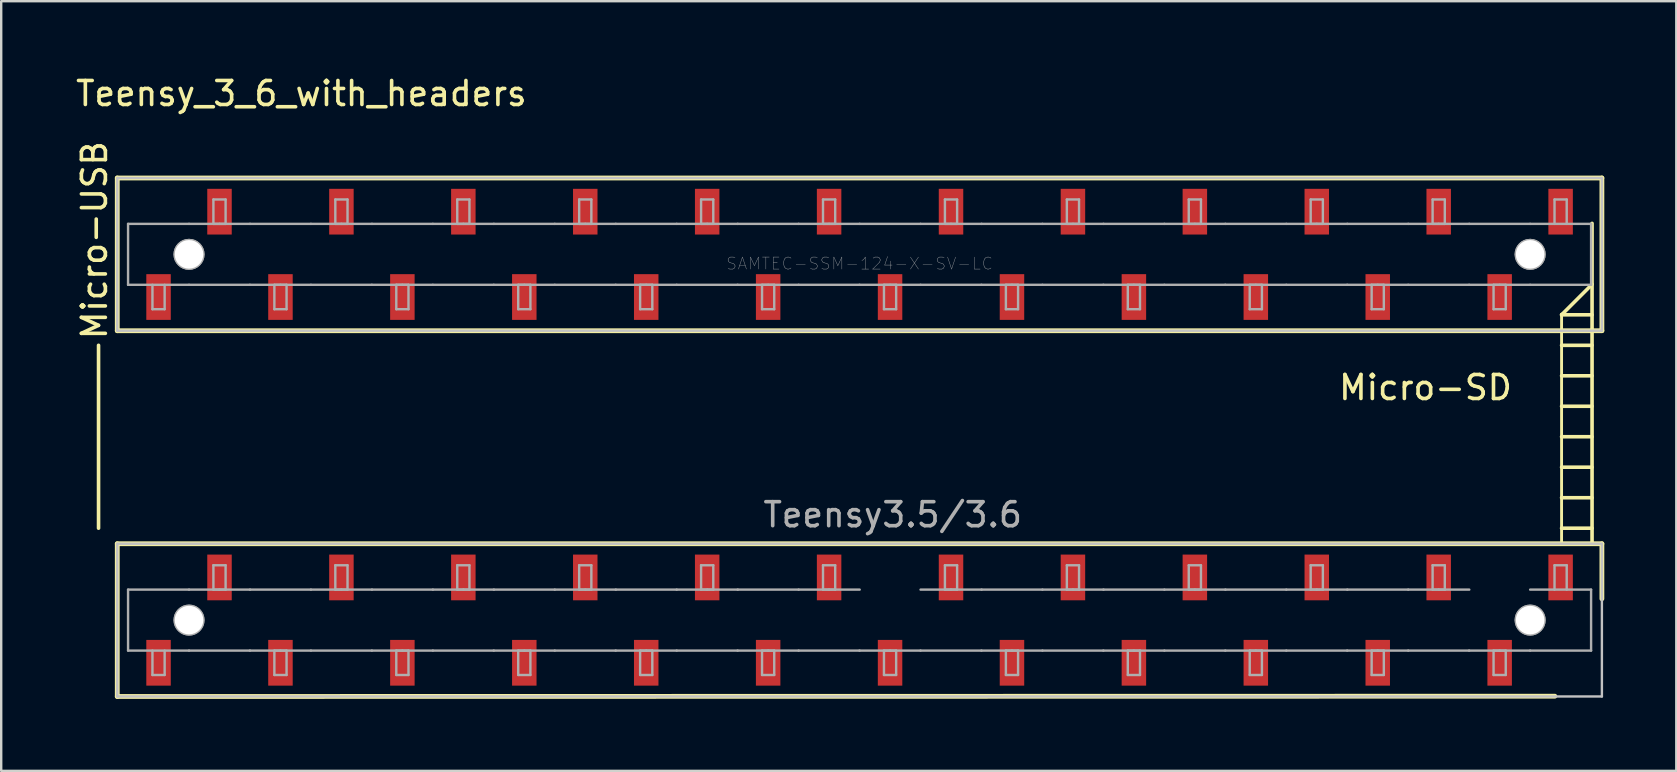
<source format=kicad_pcb>
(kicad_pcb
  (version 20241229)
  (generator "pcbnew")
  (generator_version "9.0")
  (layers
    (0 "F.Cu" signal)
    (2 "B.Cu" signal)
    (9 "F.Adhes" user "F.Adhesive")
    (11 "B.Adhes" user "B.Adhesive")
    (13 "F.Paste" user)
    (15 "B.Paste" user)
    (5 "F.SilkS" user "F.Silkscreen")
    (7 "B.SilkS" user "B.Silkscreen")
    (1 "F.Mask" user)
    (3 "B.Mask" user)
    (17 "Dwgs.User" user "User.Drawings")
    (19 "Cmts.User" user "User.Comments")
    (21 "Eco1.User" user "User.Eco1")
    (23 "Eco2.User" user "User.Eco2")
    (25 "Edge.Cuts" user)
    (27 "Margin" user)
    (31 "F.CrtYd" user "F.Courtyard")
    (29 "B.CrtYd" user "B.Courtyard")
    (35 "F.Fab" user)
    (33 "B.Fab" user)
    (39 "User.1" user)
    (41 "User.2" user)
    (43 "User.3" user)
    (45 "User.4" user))
  (footprint "Teensy_3_6_with_headers"
    (layer "F.Cu")
    (at 32.766 22.788)
    (property "Reference" "Teensy_3_6_with_headers" (at -23.26 -21.94 0) (layer "F.SilkS") (effects (font (size 1 1) (thickness 0.15))))
    (attr through_hole)
    (fp_circle (center -27.94 -15.24) (end -27.294 -15.24) (stroke (width 0.1) (type solid)) (fill no) (layer "F.Mask"))
    (fp_circle (center -27.94 0) (end -27.294 0) (stroke (width 0.1) (type solid)) (fill no) (layer "F.Mask"))
    (fp_circle (center 27.94 -15.24) (end 28.586 -15.24) (stroke (width 0.1) (type solid)) (fill no) (layer "F.Mask"))
    (fp_circle (center 27.94 0) (end 28.586 0) (stroke (width 0.1) (type solid)) (fill no) (layer "F.Mask"))
    (fp_poly (pts (xy -29.771 -14.465) (xy -28.649 -14.465) (xy -28.649 -12.458) (xy -29.771 -12.458)) (stroke (width 0.01) (type solid)) (fill yes) (layer "F.Mask"))
    (fp_poly (pts (xy -29.771 0.775) (xy -28.649 0.775) (xy -28.649 2.782) (xy -29.771 2.782)) (stroke (width 0.01) (type solid)) (fill yes) (layer "F.Mask"))
    (fp_poly (pts (xy -27.231 -18.021) (xy -26.109 -18.021) (xy -26.109 -16.014) (xy -27.231 -16.014)) (stroke (width 0.01) (type solid)) (fill yes) (layer "F.Mask"))
    (fp_poly (pts (xy -27.231 -2.781) (xy -26.109 -2.781) (xy -26.109 -0.774) (xy -27.231 -0.774)) (stroke (width 0.01) (type solid)) (fill yes) (layer "F.Mask"))
    (fp_poly (pts (xy -24.691 -14.465) (xy -23.569 -14.465) (xy -23.569 -12.458) (xy -24.691 -12.458)) (stroke (width 0.01) (type solid)) (fill yes) (layer "F.Mask"))
    (fp_poly (pts (xy -24.691 0.775) (xy -23.569 0.775) (xy -23.569 2.782) (xy -24.691 2.782)) (stroke (width 0.01) (type solid)) (fill yes) (layer "F.Mask"))
    (fp_poly (pts (xy -22.151 -18.021) (xy -21.029 -18.021) (xy -21.029 -16.014) (xy -22.151 -16.014)) (stroke (width 0.01) (type solid)) (fill yes) (layer "F.Mask"))
    (fp_poly (pts (xy -22.151 -2.781) (xy -21.029 -2.781) (xy -21.029 -0.774) (xy -22.151 -0.774)) (stroke (width 0.01) (type solid)) (fill yes) (layer "F.Mask"))
    (fp_poly (pts (xy -19.611 -14.465) (xy -18.489 -14.465) (xy -18.489 -12.458) (xy -19.611 -12.458)) (stroke (width 0.01) (type solid)) (fill yes) (layer "F.Mask"))
    (fp_poly (pts (xy -19.611 0.775) (xy -18.489 0.775) (xy -18.489 2.782) (xy -19.611 2.782)) (stroke (width 0.01) (type solid)) (fill yes) (layer "F.Mask"))
    (fp_poly (pts (xy -17.071 -18.021) (xy -15.949 -18.021) (xy -15.949 -16.014) (xy -17.071 -16.014)) (stroke (width 0.01) (type solid)) (fill yes) (layer "F.Mask"))
    (fp_poly (pts (xy -17.071 -2.781) (xy -15.949 -2.781) (xy -15.949 -0.774) (xy -17.071 -0.774)) (stroke (width 0.01) (type solid)) (fill yes) (layer "F.Mask"))
    (fp_poly (pts (xy -14.531 -14.465) (xy -13.409 -14.465) (xy -13.409 -12.458) (xy -14.531 -12.458)) (stroke (width 0.01) (type solid)) (fill yes) (layer "F.Mask"))
    (fp_poly (pts (xy -14.531 0.775) (xy -13.409 0.775) (xy -13.409 2.782) (xy -14.531 2.782)) (stroke (width 0.01) (type solid)) (fill yes) (layer "F.Mask"))
    (fp_poly (pts (xy -11.991 -18.021) (xy -10.869 -18.021) (xy -10.869 -16.014) (xy -11.991 -16.014)) (stroke (width 0.01) (type solid)) (fill yes) (layer "F.Mask"))
    (fp_poly (pts (xy -11.991 -2.781) (xy -10.869 -2.781) (xy -10.869 -0.774) (xy -11.991 -0.774)) (stroke (width 0.01) (type solid)) (fill yes) (layer "F.Mask"))
    (fp_poly (pts (xy -9.451 -14.465) (xy -8.329 -14.465) (xy -8.329 -12.458) (xy -9.451 -12.458)) (stroke (width 0.01) (type solid)) (fill yes) (layer "F.Mask"))
    (fp_poly (pts (xy -9.451 0.775) (xy -8.329 0.775) (xy -8.329 2.782) (xy -9.451 2.782)) (stroke (width 0.01) (type solid)) (fill yes) (layer "F.Mask"))
    (fp_poly (pts (xy -6.911 -18.021) (xy -5.789 -18.021) (xy -5.789 -16.014) (xy -6.911 -16.014)) (stroke (width 0.01) (type solid)) (fill yes) (layer "F.Mask"))
    (fp_poly (pts (xy -6.911 -2.781) (xy -5.789 -2.781) (xy -5.789 -0.774) (xy -6.911 -0.774)) (stroke (width 0.01) (type solid)) (fill yes) (layer "F.Mask"))
    (fp_poly (pts (xy -4.371 -14.465) (xy -3.249 -14.465) (xy -3.249 -12.458) (xy -4.371 -12.458)) (stroke (width 0.01) (type solid)) (fill yes) (layer "F.Mask"))
    (fp_poly (pts (xy -4.371 0.775) (xy -3.249 0.775) (xy -3.249 2.782) (xy -4.371 2.782)) (stroke (width 0.01) (type solid)) (fill yes) (layer "F.Mask"))
    (fp_poly (pts (xy -1.831 -18.021) (xy -0.709 -18.021) (xy -0.709 -16.014) (xy -1.831 -16.014)) (stroke (width 0.01) (type solid)) (fill yes) (layer "F.Mask"))
    (fp_poly (pts (xy -1.831 -2.781) (xy -0.709 -2.781) (xy -0.709 -0.774) (xy -1.831 -0.774)) (stroke (width 0.01) (type solid)) (fill yes) (layer "F.Mask"))
    (fp_poly (pts (xy 0.709 -14.465) (xy 1.831 -14.465) (xy 1.831 -12.458) (xy 0.709 -12.458)) (stroke (width 0.01) (type solid)) (fill yes) (layer "F.Mask"))
    (fp_poly (pts (xy 0.709 0.775) (xy 1.831 0.775) (xy 1.831 2.782) (xy 0.709 2.782)) (stroke (width 0.01) (type solid)) (fill yes) (layer "F.Mask"))
    (fp_poly (pts (xy 3.249 -18.021) (xy 4.371 -18.021) (xy 4.371 -16.014) (xy 3.249 -16.014)) (stroke (width 0.01) (type solid)) (fill yes) (layer "F.Mask"))
    (fp_poly (pts (xy 3.249 -2.781) (xy 4.371 -2.781) (xy 4.371 -0.774) (xy 3.249 -0.774)) (stroke (width 0.01) (type solid)) (fill yes) (layer "F.Mask"))
    (fp_poly (pts (xy 5.789 -14.465) (xy 6.911 -14.465) (xy 6.911 -12.458) (xy 5.789 -12.458)) (stroke (width 0.01) (type solid)) (fill yes) (layer "F.Mask"))
    (fp_poly (pts (xy 5.789 0.775) (xy 6.911 0.775) (xy 6.911 2.782) (xy 5.789 2.782)) (stroke (width 0.01) (type solid)) (fill yes) (layer "F.Mask"))
    (fp_poly (pts (xy 8.329 -18.021) (xy 9.451 -18.021) (xy 9.451 -16.014) (xy 8.329 -16.014)) (stroke (width 0.01) (type solid)) (fill yes) (layer "F.Mask"))
    (fp_poly (pts (xy 8.329 -2.781) (xy 9.451 -2.781) (xy 9.451 -0.774) (xy 8.329 -0.774)) (stroke (width 0.01) (type solid)) (fill yes) (layer "F.Mask"))
    (fp_poly (pts (xy 10.869 -14.465) (xy 11.991 -14.465) (xy 11.991 -12.458) (xy 10.869 -12.458)) (stroke (width 0.01) (type solid)) (fill yes) (layer "F.Mask"))
    (fp_poly (pts (xy 10.869 0.775) (xy 11.991 0.775) (xy 11.991 2.782) (xy 10.869 2.782)) (stroke (width 0.01) (type solid)) (fill yes) (layer "F.Mask"))
    (fp_poly (pts (xy 13.409 -18.021) (xy 14.531 -18.021) (xy 14.531 -16.014) (xy 13.409 -16.014)) (stroke (width 0.01) (type solid)) (fill yes) (layer "F.Mask"))
    (fp_poly (pts (xy 13.409 -2.781) (xy 14.531 -2.781) (xy 14.531 -0.774) (xy 13.409 -0.774)) (stroke (width 0.01) (type solid)) (fill yes) (layer "F.Mask"))
    (fp_poly (pts (xy 15.949 -14.465) (xy 17.071 -14.465) (xy 17.071 -12.458) (xy 15.949 -12.458)) (stroke (width 0.01) (type solid)) (fill yes) (layer "F.Mask"))
    (fp_poly (pts (xy 15.949 0.775) (xy 17.071 0.775) (xy 17.071 2.782) (xy 15.949 2.782)) (stroke (width 0.01) (type solid)) (fill yes) (layer "F.Mask"))
    (fp_poly (pts (xy 18.489 -18.021) (xy 19.611 -18.021) (xy 19.611 -16.014) (xy 18.489 -16.014)) (stroke (width 0.01) (type solid)) (fill yes) (layer "F.Mask"))
    (fp_poly (pts (xy 18.489 -2.781) (xy 19.611 -2.781) (xy 19.611 -0.774) (xy 18.489 -0.774)) (stroke (width 0.01) (type solid)) (fill yes) (layer "F.Mask"))
    (fp_poly (pts (xy 21.029 -14.465) (xy 22.151 -14.465) (xy 22.151 -12.458) (xy 21.029 -12.458)) (stroke (width 0.01) (type solid)) (fill yes) (layer "F.Mask"))
    (fp_poly (pts (xy 21.029 0.775) (xy 22.151 0.775) (xy 22.151 2.782) (xy 21.029 2.782)) (stroke (width 0.01) (type solid)) (fill yes) (layer "F.Mask"))
    (fp_poly (pts (xy 23.569 -18.021) (xy 24.691 -18.021) (xy 24.691 -16.014) (xy 23.569 -16.014)) (stroke (width 0.01) (type solid)) (fill yes) (layer "F.Mask"))
    (fp_poly (pts (xy 23.569 -2.781) (xy 24.691 -2.781) (xy 24.691 -0.774) (xy 23.569 -0.774)) (stroke (width 0.01) (type solid)) (fill yes) (layer "F.Mask"))
    (fp_poly (pts (xy 26.109 -14.465) (xy 27.231 -14.465) (xy 27.231 -12.458) (xy 26.109 -12.458)) (stroke (width 0.01) (type solid)) (fill yes) (layer "F.Mask"))
    (fp_poly (pts (xy 26.109 0.775) (xy 27.231 0.775) (xy 27.231 2.782) (xy 26.109 2.782)) (stroke (width 0.01) (type solid)) (fill yes) (layer "F.Mask"))
    (fp_poly (pts (xy 28.649 -18.021) (xy 29.771 -18.021) (xy 29.771 -16.014) (xy 28.649 -16.014)) (stroke (width 0.01) (type solid)) (fill yes) (layer "F.Mask"))
    (fp_poly (pts (xy 28.649 -2.781) (xy 29.771 -2.781) (xy 29.771 -0.774) (xy 28.649 -0.774)) (stroke (width 0.01) (type solid)) (fill yes) (layer "F.Mask"))
    (fp_circle (center -27.94 -15.24) (end -27.294 -15.24) (stroke (width 0.1) (type solid)) (fill no) (layer "B.Mask"))
    (fp_circle (center -27.94 0) (end -27.294 0) (stroke (width 0.1) (type solid)) (fill no) (layer "B.Mask"))
    (fp_circle (center 27.94 -15.24) (end 28.586 -15.24) (stroke (width 0.1) (type solid)) (fill no) (layer "B.Mask"))
    (fp_circle (center 27.94 0) (end 28.586 0) (stroke (width 0.1) (type solid)) (fill no) (layer "B.Mask"))
    (fp_line (start -31.71 -3.83) (end -31.71 -11.45) (stroke (width 0.15) (type solid)) (layer "F.SilkS"))
    (fp_line (start -30.93 -18.422) (end -30.93 -12.058) (stroke (width 0.2) (type solid)) (layer "F.SilkS"))
    (fp_line (start -30.93 -12.058) (end 30.93 -12.058) (stroke (width 0.2) (type solid)) (layer "F.SilkS"))
    (fp_line (start -30.93 -3.182) (end -30.93 3.182) (stroke (width 0.2) (type solid)) (layer "F.SilkS"))
    (fp_line (start -30.93 3.182) (end 28.97 3.17) (stroke (width 0.2) (type solid)) (layer "F.SilkS"))
    (fp_line (start 29.25 -12.75) (end 29.25 -3.18) (stroke (width 0.12) (type solid)) (layer "F.SilkS"))
    (fp_line (start 29.25 -12.72) (end 30.52 -13.99) (stroke (width 0.15) (type solid)) (layer "F.SilkS"))
    (fp_line (start 29.25 -12.72) (end 30.52 -12.72) (stroke (width 0.15) (type solid)) (layer "F.SilkS"))
    (fp_line (start 29.25 -11.45) (end 30.52 -11.45) (stroke (width 0.15) (type solid)) (layer "F.SilkS"))
    (fp_line (start 29.25 -10.18) (end 30.52 -10.18) (stroke (width 0.15) (type solid)) (layer "F.SilkS"))
    (fp_line (start 29.25 -8.91) (end 30.52 -8.91) (stroke (width 0.15) (type solid)) (layer "F.SilkS"))
    (fp_line (start 29.25 -7.64) (end 30.52 -7.64) (stroke (width 0.15) (type solid)) (layer "F.SilkS"))
    (fp_line (start 29.25 -6.37) (end 30.52 -6.37) (stroke (width 0.15) (type solid)) (layer "F.SilkS"))
    (fp_line (start 29.25 -5.1) (end 30.52 -5.1) (stroke (width 0.15) (type solid)) (layer "F.SilkS"))
    (fp_line (start 29.25 -3.83) (end 30.52 -3.83) (stroke (width 0.15) (type solid)) (layer "F.SilkS"))
    (fp_line (start 30.52 -16.53) (end 30.52 -3.21) (stroke (width 0.15) (type solid)) (layer "F.SilkS"))
    (fp_line (start 30.93 -18.422) (end -30.93 -18.422) (stroke (width 0.2) (type solid)) (layer "F.SilkS"))
    (fp_line (start 30.93 -12.058) (end 30.93 -18.422) (stroke (width 0.2) (type solid)) (layer "F.SilkS"))
    (fp_line (start 30.93 -3.182) (end -30.93 -3.182) (stroke (width 0.2) (type solid)) (layer "F.SilkS"))
    (fp_line (start 30.93 -0.89) (end 30.93 -3.182) (stroke (width 0.2) (type solid)) (layer "F.SilkS"))
    (fp_poly (pts (xy -29.72 -14.414) (xy -28.7 -14.414) (xy -28.7 -12.509) (xy -29.72 -12.509)) (stroke (width 0.01) (type solid)) (fill yes) (layer "F.Paste"))
    (fp_poly (pts (xy -29.72 0.826) (xy -28.7 0.826) (xy -28.7 2.731) (xy -29.72 2.731)) (stroke (width 0.01) (type solid)) (fill yes) (layer "F.Paste"))
    (fp_poly (pts (xy -27.18 -17.97) (xy -26.16 -17.97) (xy -26.16 -16.065) (xy -27.18 -16.065)) (stroke (width 0.01) (type solid)) (fill yes) (layer "F.Paste"))
    (fp_poly (pts (xy -27.18 -2.73) (xy -26.16 -2.73) (xy -26.16 -0.825) (xy -27.18 -0.825)) (stroke (width 0.01) (type solid)) (fill yes) (layer "F.Paste"))
    (fp_poly (pts (xy -24.64 -14.414) (xy -23.62 -14.414) (xy -23.62 -12.509) (xy -24.64 -12.509)) (stroke (width 0.01) (type solid)) (fill yes) (layer "F.Paste"))
    (fp_poly (pts (xy -24.64 0.826) (xy -23.62 0.826) (xy -23.62 2.731) (xy -24.64 2.731)) (stroke (width 0.01) (type solid)) (fill yes) (layer "F.Paste"))
    (fp_poly (pts (xy -22.1 -17.97) (xy -21.08 -17.97) (xy -21.08 -16.065) (xy -22.1 -16.065)) (stroke (width 0.01) (type solid)) (fill yes) (layer "F.Paste"))
    (fp_poly (pts (xy -22.1 -2.73) (xy -21.08 -2.73) (xy -21.08 -0.825) (xy -22.1 -0.825)) (stroke (width 0.01) (type solid)) (fill yes) (layer "F.Paste"))
    (fp_poly (pts (xy -19.56 -14.414) (xy -18.54 -14.414) (xy -18.54 -12.509) (xy -19.56 -12.509)) (stroke (width 0.01) (type solid)) (fill yes) (layer "F.Paste"))
    (fp_poly (pts (xy -19.56 0.826) (xy -18.54 0.826) (xy -18.54 2.731) (xy -19.56 2.731)) (stroke (width 0.01) (type solid)) (fill yes) (layer "F.Paste"))
    (fp_poly (pts (xy -17.02 -17.97) (xy -16 -17.97) (xy -16 -16.065) (xy -17.02 -16.065)) (stroke (width 0.01) (type solid)) (fill yes) (layer "F.Paste"))
    (fp_poly (pts (xy -17.02 -2.73) (xy -16 -2.73) (xy -16 -0.825) (xy -17.02 -0.825)) (stroke (width 0.01) (type solid)) (fill yes) (layer "F.Paste"))
    (fp_poly (pts (xy -14.48 -14.414) (xy -13.46 -14.414) (xy -13.46 -12.509) (xy -14.48 -12.509)) (stroke (width 0.01) (type solid)) (fill yes) (layer "F.Paste"))
    (fp_poly (pts (xy -14.48 0.826) (xy -13.46 0.826) (xy -13.46 2.731) (xy -14.48 2.731)) (stroke (width 0.01) (type solid)) (fill yes) (layer "F.Paste"))
    (fp_poly (pts (xy -11.94 -17.97) (xy -10.92 -17.97) (xy -10.92 -16.065) (xy -11.94 -16.065)) (stroke (width 0.01) (type solid)) (fill yes) (layer "F.Paste"))
    (fp_poly (pts (xy -11.94 -2.73) (xy -10.92 -2.73) (xy -10.92 -0.825) (xy -11.94 -0.825)) (stroke (width 0.01) (type solid)) (fill yes) (layer "F.Paste"))
    (fp_poly (pts (xy -9.4 -14.414) (xy -8.38 -14.414) (xy -8.38 -12.509) (xy -9.4 -12.509)) (stroke (width 0.01) (type solid)) (fill yes) (layer "F.Paste"))
    (fp_poly (pts (xy -9.4 0.826) (xy -8.38 0.826) (xy -8.38 2.731) (xy -9.4 2.731)) (stroke (width 0.01) (type solid)) (fill yes) (layer "F.Paste"))
    (fp_poly (pts (xy -6.86 -17.97) (xy -5.84 -17.97) (xy -5.84 -16.065) (xy -6.86 -16.065)) (stroke (width 0.01) (type solid)) (fill yes) (layer "F.Paste"))
    (fp_poly (pts (xy -6.86 -2.73) (xy -5.84 -2.73) (xy -5.84 -0.825) (xy -6.86 -0.825)) (stroke (width 0.01) (type solid)) (fill yes) (layer "F.Paste"))
    (fp_poly (pts (xy -4.32 -14.414) (xy -3.3 -14.414) (xy -3.3 -12.509) (xy -4.32 -12.509)) (stroke (width 0.01) (type solid)) (fill yes) (layer "F.Paste"))
    (fp_poly (pts (xy -4.32 0.826) (xy -3.3 0.826) (xy -3.3 2.731) (xy -4.32 2.731)) (stroke (width 0.01) (type solid)) (fill yes) (layer "F.Paste"))
    (fp_poly (pts (xy -1.78 -17.97) (xy -0.76 -17.97) (xy -0.76 -16.065) (xy -1.78 -16.065)) (stroke (width 0.01) (type solid)) (fill yes) (layer "F.Paste"))
    (fp_poly (pts (xy -1.78 -2.73) (xy -0.76 -2.73) (xy -0.76 -0.825) (xy -1.78 -0.825)) (stroke (width 0.01) (type solid)) (fill yes) (layer "F.Paste"))
    (fp_poly (pts (xy 0.76 -14.414) (xy 1.78 -14.414) (xy 1.78 -12.509) (xy 0.76 -12.509)) (stroke (width 0.01) (type solid)) (fill yes) (layer "F.Paste"))
    (fp_poly (pts (xy 0.76 0.826) (xy 1.78 0.826) (xy 1.78 2.731) (xy 0.76 2.731)) (stroke (width 0.01) (type solid)) (fill yes) (layer "F.Paste"))
    (fp_poly (pts (xy 3.3 -17.97) (xy 4.32 -17.97) (xy 4.32 -16.065) (xy 3.3 -16.065)) (stroke (width 0.01) (type solid)) (fill yes) (layer "F.Paste"))
    (fp_poly (pts (xy 3.3 -2.73) (xy 4.32 -2.73) (xy 4.32 -0.825) (xy 3.3 -0.825)) (stroke (width 0.01) (type solid)) (fill yes) (layer "F.Paste"))
    (fp_poly (pts (xy 5.84 -14.414) (xy 6.86 -14.414) (xy 6.86 -12.509) (xy 5.84 -12.509)) (stroke (width 0.01) (type solid)) (fill yes) (layer "F.Paste"))
    (fp_poly (pts (xy 5.84 0.826) (xy 6.86 0.826) (xy 6.86 2.731) (xy 5.84 2.731)) (stroke (width 0.01) (type solid)) (fill yes) (layer "F.Paste"))
    (fp_poly (pts (xy 8.38 -17.97) (xy 9.4 -17.97) (xy 9.4 -16.065) (xy 8.38 -16.065)) (stroke (width 0.01) (type solid)) (fill yes) (layer "F.Paste"))
    (fp_poly (pts (xy 8.38 -2.73) (xy 9.4 -2.73) (xy 9.4 -0.825) (xy 8.38 -0.825)) (stroke (width 0.01) (type solid)) (fill yes) (layer "F.Paste"))
    (fp_poly (pts (xy 10.92 -14.414) (xy 11.94 -14.414) (xy 11.94 -12.509) (xy 10.92 -12.509)) (stroke (width 0.01) (type solid)) (fill yes) (layer "F.Paste"))
    (fp_poly (pts (xy 10.92 0.826) (xy 11.94 0.826) (xy 11.94 2.731) (xy 10.92 2.731)) (stroke (width 0.01) (type solid)) (fill yes) (layer "F.Paste"))
    (fp_poly (pts (xy 13.46 -17.97) (xy 14.48 -17.97) (xy 14.48 -16.065) (xy 13.46 -16.065)) (stroke (width 0.01) (type solid)) (fill yes) (layer "F.Paste"))
    (fp_poly (pts (xy 13.46 -2.73) (xy 14.48 -2.73) (xy 14.48 -0.825) (xy 13.46 -0.825)) (stroke (width 0.01) (type solid)) (fill yes) (layer "F.Paste"))
    (fp_poly (pts (xy 16 -14.414) (xy 17.02 -14.414) (xy 17.02 -12.509) (xy 16 -12.509)) (stroke (width 0.01) (type solid)) (fill yes) (layer "F.Paste"))
    (fp_poly (pts (xy 16 0.826) (xy 17.02 0.826) (xy 17.02 2.731) (xy 16 2.731)) (stroke (width 0.01) (type solid)) (fill yes) (layer "F.Paste"))
    (fp_poly (pts (xy 18.54 -17.97) (xy 19.56 -17.97) (xy 19.56 -16.065) (xy 18.54 -16.065)) (stroke (width 0.01) (type solid)) (fill yes) (layer "F.Paste"))
    (fp_poly (pts (xy 18.54 -2.73) (xy 19.56 -2.73) (xy 19.56 -0.825) (xy 18.54 -0.825)) (stroke (width 0.01) (type solid)) (fill yes) (layer "F.Paste"))
    (fp_poly (pts (xy 21.08 -14.414) (xy 22.1 -14.414) (xy 22.1 -12.509) (xy 21.08 -12.509)) (stroke (width 0.01) (type solid)) (fill yes) (layer "F.Paste"))
    (fp_poly (pts (xy 21.08 0.826) (xy 22.1 0.826) (xy 22.1 2.731) (xy 21.08 2.731)) (stroke (width 0.01) (type solid)) (fill yes) (layer "F.Paste"))
    (fp_poly (pts (xy 23.62 -17.97) (xy 24.64 -17.97) (xy 24.64 -16.065) (xy 23.62 -16.065)) (stroke (width 0.01) (type solid)) (fill yes) (layer "F.Paste"))
    (fp_poly (pts (xy 23.62 -2.73) (xy 24.64 -2.73) (xy 24.64 -0.825) (xy 23.62 -0.825)) (stroke (width 0.01) (type solid)) (fill yes) (layer "F.Paste"))
    (fp_poly (pts (xy 26.16 -14.414) (xy 27.18 -14.414) (xy 27.18 -12.509) (xy 26.16 -12.509)) (stroke (width 0.01) (type solid)) (fill yes) (layer "F.Paste"))
    (fp_poly (pts (xy 26.16 0.826) (xy 27.18 0.826) (xy 27.18 2.731) (xy 26.16 2.731)) (stroke (width 0.01) (type solid)) (fill yes) (layer "F.Paste"))
    (fp_poly (pts (xy 28.7 -17.97) (xy 29.72 -17.97) (xy 29.72 -16.065) (xy 28.7 -16.065)) (stroke (width 0.01) (type solid)) (fill yes) (layer "F.Paste"))
    (fp_poly (pts (xy 28.7 -2.73) (xy 29.72 -2.73) (xy 29.72 -0.825) (xy 28.7 -0.825)) (stroke (width 0.01) (type solid)) (fill yes) (layer "F.Paste"))
    (fp_line (start -30.93 -18.422) (end -30.93 -12.058) (stroke (width 0.1) (type solid)) (layer "Dwgs.User"))
    (fp_line (start -30.93 -12.058) (end 30.93 -12.058) (stroke (width 0.1) (type solid)) (layer "Dwgs.User"))
    (fp_line (start -30.93 -3.182) (end -30.93 3.182) (stroke (width 0.1) (type solid)) (layer "Dwgs.User"))
    (fp_line (start -30.93 3.182) (end 30.93 3.182) (stroke (width 0.1) (type solid)) (layer "Dwgs.User"))
    (fp_line (start 30.93 -18.422) (end -30.93 -18.422) (stroke (width 0.1) (type solid)) (layer "Dwgs.User"))
    (fp_line (start 30.93 -12.058) (end 30.93 -18.422) (stroke (width 0.1) (type solid)) (layer "Dwgs.User"))
    (fp_line (start 30.93 -3.182) (end -30.93 -3.182) (stroke (width 0.1) (type solid)) (layer "Dwgs.User"))
    (fp_line (start 30.93 3.182) (end 30.93 -3.182) (stroke (width 0.1) (type solid)) (layer "Dwgs.User"))
    (fp_line (start -30.48 -16.51) (end -27.94 -16.51) (stroke (width 0.1) (type solid)) (layer "F.Fab"))
    (fp_line (start -30.48 -13.97) (end -30.48 -16.51) (stroke (width 0.1) (type solid)) (layer "F.Fab"))
    (fp_line (start -30.48 -1.27) (end -27.94 -1.27) (stroke (width 0.1) (type solid)) (layer "F.Fab"))
    (fp_line (start -30.48 1.27) (end -30.48 -1.27) (stroke (width 0.1) (type solid)) (layer "F.Fab"))
    (fp_line (start -29.464 -13.97) (end -29.464 -12.954) (stroke (width 0.1) (type solid)) (layer "F.Fab"))
    (fp_line (start -29.464 -12.954) (end -28.956 -12.954) (stroke (width 0.1) (type solid)) (layer "F.Fab"))
    (fp_line (start -29.464 1.27) (end -29.464 2.286) (stroke (width 0.1) (type solid)) (layer "F.Fab"))
    (fp_line (start -29.464 2.286) (end -28.956 2.286) (stroke (width 0.1) (type solid)) (layer "F.Fab"))
    (fp_line (start -28.956 -12.954) (end -28.956 -13.97) (stroke (width 0.1) (type solid)) (layer "F.Fab"))
    (fp_line (start -28.956 2.286) (end -28.956 1.27) (stroke (width 0.1) (type solid)) (layer "F.Fab"))
    (fp_line (start -27.94 -16.51) (end -25.395 -16.51) (stroke (width 0.1) (type solid)) (layer "F.Fab"))
    (fp_line (start -27.94 -13.97) (end -30.48 -13.97) (stroke (width 0.1) (type solid)) (layer "F.Fab"))
    (fp_line (start -27.94 -13.97) (end -25.4 -13.97) (stroke (width 0.1) (type solid)) (layer "F.Fab"))
    (fp_line (start -27.94 -1.27) (end -25.395 -1.27) (stroke (width 0.1) (type solid)) (layer "F.Fab"))
    (fp_line (start -27.94 1.27) (end -30.48 1.27) (stroke (width 0.1) (type solid)) (layer "F.Fab"))
    (fp_line (start -27.94 1.27) (end -25.4 1.27) (stroke (width 0.1) (type solid)) (layer "F.Fab"))
    (fp_line (start -26.924 -17.526) (end -26.924 -16.51) (stroke (width 0.1) (type solid)) (layer "F.Fab"))
    (fp_line (start -26.924 -16.51) (end -26.67 -16.51) (stroke (width 0.1) (type solid)) (layer "F.Fab"))
    (fp_line (start -26.924 -2.286) (end -26.924 -1.27) (stroke (width 0.1) (type solid)) (layer "F.Fab"))
    (fp_line (start -26.924 -1.27) (end -26.67 -1.27) (stroke (width 0.1) (type solid)) (layer "F.Fab"))
    (fp_line (start -26.67 -16.51) (end -26.416 -16.51) (stroke (width 0.1) (type solid)) (layer "F.Fab"))
    (fp_line (start -26.67 -1.27) (end -26.416 -1.27) (stroke (width 0.1) (type solid)) (layer "F.Fab"))
    (fp_line (start -26.416 -17.526) (end -26.924 -17.526) (stroke (width 0.1) (type solid)) (layer "F.Fab"))
    (fp_line (start -26.416 -16.51) (end -26.416 -17.526) (stroke (width 0.1) (type solid)) (layer "F.Fab"))
    (fp_line (start -26.416 -2.286) (end -26.924 -2.286) (stroke (width 0.1) (type solid)) (layer "F.Fab"))
    (fp_line (start -26.416 -1.27) (end -26.416 -2.286) (stroke (width 0.1) (type solid)) (layer "F.Fab"))
    (fp_line (start -24.384 -13.97) (end -24.384 -12.954) (stroke (width 0.1) (type solid)) (layer "F.Fab"))
    (fp_line (start -24.384 -12.954) (end -23.876 -12.954) (stroke (width 0.1) (type solid)) (layer "F.Fab"))
    (fp_line (start -24.384 1.27) (end -24.384 2.286) (stroke (width 0.1) (type solid)) (layer "F.Fab"))
    (fp_line (start -24.384 2.286) (end -23.876 2.286) (stroke (width 0.1) (type solid)) (layer "F.Fab"))
    (fp_line (start -24.13 -13.97) (end -24.384 -13.97) (stroke (width 0.1) (type solid)) (layer "F.Fab"))
    (fp_line (start -24.13 1.27) (end -24.384 1.27) (stroke (width 0.1) (type solid)) (layer "F.Fab"))
    (fp_line (start -23.876 -13.97) (end -24.13 -13.97) (stroke (width 0.1) (type solid)) (layer "F.Fab"))
    (fp_line (start -23.876 -12.954) (end -23.876 -13.97) (stroke (width 0.1) (type solid)) (layer "F.Fab"))
    (fp_line (start -23.876 1.27) (end -24.13 1.27) (stroke (width 0.1) (type solid)) (layer "F.Fab"))
    (fp_line (start -23.876 2.286) (end -23.876 1.27) (stroke (width 0.1) (type solid)) (layer "F.Fab"))
    (fp_line (start -22.86 -16.51) (end -25.4 -16.51) (stroke (width 0.1) (type solid)) (layer "F.Fab"))
    (fp_line (start -22.86 -16.51) (end -20.315 -16.51) (stroke (width 0.1) (type solid)) (layer "F.Fab"))
    (fp_line (start -22.86 -13.97) (end -25.405 -13.97) (stroke (width 0.1) (type solid)) (layer "F.Fab"))
    (fp_line (start -22.86 -13.97) (end -20.32 -13.97) (stroke (width 0.1) (type solid)) (layer "F.Fab"))
    (fp_line (start -22.86 -1.27) (end -25.4 -1.27) (stroke (width 0.1) (type solid)) (layer "F.Fab"))
    (fp_line (start -22.86 -1.27) (end -20.315 -1.27) (stroke (width 0.1) (type solid)) (layer "F.Fab"))
    (fp_line (start -22.86 1.27) (end -25.405 1.27) (stroke (width 0.1) (type solid)) (layer "F.Fab"))
    (fp_line (start -22.86 1.27) (end -20.32 1.27) (stroke (width 0.1) (type solid)) (layer "F.Fab"))
    (fp_line (start -21.844 -17.526) (end -21.844 -16.51) (stroke (width 0.1) (type solid)) (layer "F.Fab"))
    (fp_line (start -21.844 -16.51) (end -21.59 -16.51) (stroke (width 0.1) (type solid)) (layer "F.Fab"))
    (fp_line (start -21.844 -2.286) (end -21.844 -1.27) (stroke (width 0.1) (type solid)) (layer "F.Fab"))
    (fp_line (start -21.844 -1.27) (end -21.59 -1.27) (stroke (width 0.1) (type solid)) (layer "F.Fab"))
    (fp_line (start -21.59 -16.51) (end -21.336 -16.51) (stroke (width 0.1) (type solid)) (layer "F.Fab"))
    (fp_line (start -21.59 -1.27) (end -21.336 -1.27) (stroke (width 0.1) (type solid)) (layer "F.Fab"))
    (fp_line (start -21.336 -17.526) (end -21.844 -17.526) (stroke (width 0.1) (type solid)) (layer "F.Fab"))
    (fp_line (start -21.336 -16.51) (end -21.336 -17.526) (stroke (width 0.1) (type solid)) (layer "F.Fab"))
    (fp_line (start -21.336 -2.286) (end -21.844 -2.286) (stroke (width 0.1) (type solid)) (layer "F.Fab"))
    (fp_line (start -21.336 -1.27) (end -21.336 -2.286) (stroke (width 0.1) (type solid)) (layer "F.Fab"))
    (fp_line (start -19.304 -13.97) (end -19.304 -12.954) (stroke (width 0.1) (type solid)) (layer "F.Fab"))
    (fp_line (start -19.304 -12.954) (end -18.796 -12.954) (stroke (width 0.1) (type solid)) (layer "F.Fab"))
    (fp_line (start -19.304 1.27) (end -19.304 2.286) (stroke (width 0.1) (type solid)) (layer "F.Fab"))
    (fp_line (start -19.304 2.286) (end -18.796 2.286) (stroke (width 0.1) (type solid)) (layer "F.Fab"))
    (fp_line (start -19.05 -13.97) (end -19.304 -13.97) (stroke (width 0.1) (type solid)) (layer "F.Fab"))
    (fp_line (start -19.05 1.27) (end -19.304 1.27) (stroke (width 0.1) (type solid)) (layer "F.Fab"))
    (fp_line (start -18.796 -13.97) (end -19.05 -13.97) (stroke (width 0.1) (type solid)) (layer "F.Fab"))
    (fp_line (start -18.796 -12.954) (end -18.796 -13.97) (stroke (width 0.1) (type solid)) (layer "F.Fab"))
    (fp_line (start -18.796 1.27) (end -19.05 1.27) (stroke (width 0.1) (type solid)) (layer "F.Fab"))
    (fp_line (start -18.796 2.286) (end -18.796 1.27) (stroke (width 0.1) (type solid)) (layer "F.Fab"))
    (fp_line (start -17.78 -16.51) (end -20.32 -16.51) (stroke (width 0.1) (type solid)) (layer "F.Fab"))
    (fp_line (start -17.78 -16.51) (end -15.235 -16.51) (stroke (width 0.1) (type solid)) (layer "F.Fab"))
    (fp_line (start -17.78 -13.97) (end -20.325 -13.97) (stroke (width 0.1) (type solid)) (layer "F.Fab"))
    (fp_line (start -17.78 -13.97) (end -15.24 -13.97) (stroke (width 0.1) (type solid)) (layer "F.Fab"))
    (fp_line (start -17.78 -1.27) (end -20.32 -1.27) (stroke (width 0.1) (type solid)) (layer "F.Fab"))
    (fp_line (start -17.78 -1.27) (end -15.235 -1.27) (stroke (width 0.1) (type solid)) (layer "F.Fab"))
    (fp_line (start -17.78 1.27) (end -20.325 1.27) (stroke (width 0.1) (type solid)) (layer "F.Fab"))
    (fp_line (start -17.78 1.27) (end -15.24 1.27) (stroke (width 0.1) (type solid)) (layer "F.Fab"))
    (fp_line (start -16.764 -17.526) (end -16.764 -16.51) (stroke (width 0.1) (type solid)) (layer "F.Fab"))
    (fp_line (start -16.764 -16.51) (end -16.51 -16.51) (stroke (width 0.1) (type solid)) (layer "F.Fab"))
    (fp_line (start -16.764 -2.286) (end -16.764 -1.27) (stroke (width 0.1) (type solid)) (layer "F.Fab"))
    (fp_line (start -16.764 -1.27) (end -16.51 -1.27) (stroke (width 0.1) (type solid)) (layer "F.Fab"))
    (fp_line (start -16.51 -16.51) (end -16.256 -16.51) (stroke (width 0.1) (type solid)) (layer "F.Fab"))
    (fp_line (start -16.51 -1.27) (end -16.256 -1.27) (stroke (width 0.1) (type solid)) (layer "F.Fab"))
    (fp_line (start -16.256 -17.526) (end -16.764 -17.526) (stroke (width 0.1) (type solid)) (layer "F.Fab"))
    (fp_line (start -16.256 -16.51) (end -16.256 -17.526) (stroke (width 0.1) (type solid)) (layer "F.Fab"))
    (fp_line (start -16.256 -2.286) (end -16.764 -2.286) (stroke (width 0.1) (type solid)) (layer "F.Fab"))
    (fp_line (start -16.256 -1.27) (end -16.256 -2.286) (stroke (width 0.1) (type solid)) (layer "F.Fab"))
    (fp_line (start -14.224 -13.97) (end -14.224 -12.954) (stroke (width 0.1) (type solid)) (layer "F.Fab"))
    (fp_line (start -14.224 -12.954) (end -13.716 -12.954) (stroke (width 0.1) (type solid)) (layer "F.Fab"))
    (fp_line (start -14.224 1.27) (end -14.224 2.286) (stroke (width 0.1) (type solid)) (layer "F.Fab"))
    (fp_line (start -14.224 2.286) (end -13.716 2.286) (stroke (width 0.1) (type solid)) (layer "F.Fab"))
    (fp_line (start -13.97 -13.97) (end -14.224 -13.97) (stroke (width 0.1) (type solid)) (layer "F.Fab"))
    (fp_line (start -13.97 1.27) (end -14.224 1.27) (stroke (width 0.1) (type solid)) (layer "F.Fab"))
    (fp_line (start -13.716 -13.97) (end -13.97 -13.97) (stroke (width 0.1) (type solid)) (layer "F.Fab"))
    (fp_line (start -13.716 -12.954) (end -13.716 -13.97) (stroke (width 0.1) (type solid)) (layer "F.Fab"))
    (fp_line (start -13.716 1.27) (end -13.97 1.27) (stroke (width 0.1) (type solid)) (layer "F.Fab"))
    (fp_line (start -13.716 2.286) (end -13.716 1.27) (stroke (width 0.1) (type solid)) (layer "F.Fab"))
    (fp_line (start -12.7 -16.51) (end -15.24 -16.51) (stroke (width 0.1) (type solid)) (layer "F.Fab"))
    (fp_line (start -12.7 -16.51) (end -10.155 -16.51) (stroke (width 0.1) (type solid)) (layer "F.Fab"))
    (fp_line (start -12.7 -13.97) (end -15.245 -13.97) (stroke (width 0.1) (type solid)) (layer "F.Fab"))
    (fp_line (start -12.7 -13.97) (end -10.16 -13.97) (stroke (width 0.1) (type solid)) (layer "F.Fab"))
    (fp_line (start -12.7 -1.27) (end -15.24 -1.27) (stroke (width 0.1) (type solid)) (layer "F.Fab"))
    (fp_line (start -12.7 -1.27) (end -10.155 -1.27) (stroke (width 0.1) (type solid)) (layer "F.Fab"))
    (fp_line (start -12.7 1.27) (end -15.245 1.27) (stroke (width 0.1) (type solid)) (layer "F.Fab"))
    (fp_line (start -12.7 1.27) (end -10.16 1.27) (stroke (width 0.1) (type solid)) (layer "F.Fab"))
    (fp_line (start -11.684 -17.526) (end -11.684 -16.51) (stroke (width 0.1) (type solid)) (layer "F.Fab"))
    (fp_line (start -11.684 -16.51) (end -11.43 -16.51) (stroke (width 0.1) (type solid)) (layer "F.Fab"))
    (fp_line (start -11.684 -2.286) (end -11.684 -1.27) (stroke (width 0.1) (type solid)) (layer "F.Fab"))
    (fp_line (start -11.684 -1.27) (end -11.43 -1.27) (stroke (width 0.1) (type solid)) (layer "F.Fab"))
    (fp_line (start -11.43 -16.51) (end -11.176 -16.51) (stroke (width 0.1) (type solid)) (layer "F.Fab"))
    (fp_line (start -11.43 -1.27) (end -11.176 -1.27) (stroke (width 0.1) (type solid)) (layer "F.Fab"))
    (fp_line (start -11.176 -17.526) (end -11.684 -17.526) (stroke (width 0.1) (type solid)) (layer "F.Fab"))
    (fp_line (start -11.176 -16.51) (end -11.176 -17.526) (stroke (width 0.1) (type solid)) (layer "F.Fab"))
    (fp_line (start -11.176 -2.286) (end -11.684 -2.286) (stroke (width 0.1) (type solid)) (layer "F.Fab"))
    (fp_line (start -11.176 -1.27) (end -11.176 -2.286) (stroke (width 0.1) (type solid)) (layer "F.Fab"))
    (fp_line (start -9.144 -13.97) (end -9.144 -12.954) (stroke (width 0.1) (type solid)) (layer "F.Fab"))
    (fp_line (start -9.144 -12.954) (end -8.636 -12.954) (stroke (width 0.1) (type solid)) (layer "F.Fab"))
    (fp_line (start -9.144 1.27) (end -9.144 2.286) (stroke (width 0.1) (type solid)) (layer "F.Fab"))
    (fp_line (start -9.144 2.286) (end -8.636 2.286) (stroke (width 0.1) (type solid)) (layer "F.Fab"))
    (fp_line (start -8.89 -13.97) (end -9.144 -13.97) (stroke (width 0.1) (type solid)) (layer "F.Fab"))
    (fp_line (start -8.89 1.27) (end -9.144 1.27) (stroke (width 0.1) (type solid)) (layer "F.Fab"))
    (fp_line (start -8.636 -13.97) (end -8.89 -13.97) (stroke (width 0.1) (type solid)) (layer "F.Fab"))
    (fp_line (start -8.636 -12.954) (end -8.636 -13.97) (stroke (width 0.1) (type solid)) (layer "F.Fab"))
    (fp_line (start -8.636 1.27) (end -8.89 1.27) (stroke (width 0.1) (type solid)) (layer "F.Fab"))
    (fp_line (start -8.636 2.286) (end -8.636 1.27) (stroke (width 0.1) (type solid)) (layer "F.Fab"))
    (fp_line (start -7.62 -16.51) (end -10.16 -16.51) (stroke (width 0.1) (type solid)) (layer "F.Fab"))
    (fp_line (start -7.62 -16.51) (end -5.075 -16.51) (stroke (width 0.1) (type solid)) (layer "F.Fab"))
    (fp_line (start -7.62 -13.97) (end -10.165 -13.97) (stroke (width 0.1) (type solid)) (layer "F.Fab"))
    (fp_line (start -7.62 -13.97) (end -5.08 -13.97) (stroke (width 0.1) (type solid)) (layer "F.Fab"))
    (fp_line (start -7.62 -1.27) (end -10.16 -1.27) (stroke (width 0.1) (type solid)) (layer "F.Fab"))
    (fp_line (start -7.62 -1.27) (end -5.075 -1.27) (stroke (width 0.1) (type solid)) (layer "F.Fab"))
    (fp_line (start -7.62 1.27) (end -10.165 1.27) (stroke (width 0.1) (type solid)) (layer "F.Fab"))
    (fp_line (start -7.62 1.27) (end -5.08 1.27) (stroke (width 0.1) (type solid)) (layer "F.Fab"))
    (fp_line (start -6.604 -17.526) (end -6.604 -16.51) (stroke (width 0.1) (type solid)) (layer "F.Fab"))
    (fp_line (start -6.604 -16.51) (end -6.35 -16.51) (stroke (width 0.1) (type solid)) (layer "F.Fab"))
    (fp_line (start -6.604 -2.286) (end -6.604 -1.27) (stroke (width 0.1) (type solid)) (layer "F.Fab"))
    (fp_line (start -6.604 -1.27) (end -6.35 -1.27) (stroke (width 0.1) (type solid)) (layer "F.Fab"))
    (fp_line (start -6.35 -16.51) (end -6.096 -16.51) (stroke (width 0.1) (type solid)) (layer "F.Fab"))
    (fp_line (start -6.35 -1.27) (end -6.096 -1.27) (stroke (width 0.1) (type solid)) (layer "F.Fab"))
    (fp_line (start -6.096 -17.526) (end -6.604 -17.526) (stroke (width 0.1) (type solid)) (layer "F.Fab"))
    (fp_line (start -6.096 -16.51) (end -6.096 -17.526) (stroke (width 0.1) (type solid)) (layer "F.Fab"))
    (fp_line (start -6.096 -2.286) (end -6.604 -2.286) (stroke (width 0.1) (type solid)) (layer "F.Fab"))
    (fp_line (start -6.096 -1.27) (end -6.096 -2.286) (stroke (width 0.1) (type solid)) (layer "F.Fab"))
    (fp_line (start -4.064 -13.97) (end -4.064 -12.954) (stroke (width 0.1) (type solid)) (layer "F.Fab"))
    (fp_line (start -4.064 -12.954) (end -3.556 -12.954) (stroke (width 0.1) (type solid)) (layer "F.Fab"))
    (fp_line (start -4.064 1.27) (end -4.064 2.286) (stroke (width 0.1) (type solid)) (layer "F.Fab"))
    (fp_line (start -4.064 2.286) (end -3.556 2.286) (stroke (width 0.1) (type solid)) (layer "F.Fab"))
    (fp_line (start -3.81 -13.97) (end -4.064 -13.97) (stroke (width 0.1) (type solid)) (layer "F.Fab"))
    (fp_line (start -3.81 1.27) (end -4.064 1.27) (stroke (width 0.1) (type solid)) (layer "F.Fab"))
    (fp_line (start -3.556 -13.97) (end -3.81 -13.97) (stroke (width 0.1) (type solid)) (layer "F.Fab"))
    (fp_line (start -3.556 -12.954) (end -3.556 -13.97) (stroke (width 0.1) (type solid)) (layer "F.Fab"))
    (fp_line (start -3.556 1.27) (end -3.81 1.27) (stroke (width 0.1) (type solid)) (layer "F.Fab"))
    (fp_line (start -3.556 2.286) (end -3.556 1.27) (stroke (width 0.1) (type solid)) (layer "F.Fab"))
    (fp_line (start -2.54 -16.51) (end -5.08 -16.51) (stroke (width 0.1) (type solid)) (layer "F.Fab"))
    (fp_line (start -2.54 -16.51) (end 0.005 -16.51) (stroke (width 0.1) (type solid)) (layer "F.Fab"))
    (fp_line (start -2.54 -13.97) (end -5.085 -13.97) (stroke (width 0.1) (type solid)) (layer "F.Fab"))
    (fp_line (start -2.54 -13.97) (end 0 -13.97) (stroke (width 0.1) (type solid)) (layer "F.Fab"))
    (fp_line (start -2.54 -1.27) (end -5.08 -1.27) (stroke (width 0.1) (type solid)) (layer "F.Fab"))
    (fp_line (start -2.54 -1.27) (end 0.005 -1.27) (stroke (width 0.1) (type solid)) (layer "F.Fab"))
    (fp_line (start -2.54 1.27) (end -5.085 1.27) (stroke (width 0.1) (type solid)) (layer "F.Fab"))
    (fp_line (start -2.54 1.27) (end 0 1.27) (stroke (width 0.1) (type solid)) (layer "F.Fab"))
    (fp_line (start -1.524 -17.526) (end -1.524 -16.51) (stroke (width 0.1) (type solid)) (layer "F.Fab"))
    (fp_line (start -1.524 -16.51) (end -1.27 -16.51) (stroke (width 0.1) (type solid)) (layer "F.Fab"))
    (fp_line (start -1.524 -2.286) (end -1.524 -1.27) (stroke (width 0.1) (type solid)) (layer "F.Fab"))
    (fp_line (start -1.524 -1.27) (end -1.27 -1.27) (stroke (width 0.1) (type solid)) (layer "F.Fab"))
    (fp_line (start -1.27 -16.51) (end -1.016 -16.51) (stroke (width 0.1) (type solid)) (layer "F.Fab"))
    (fp_line (start -1.27 -1.27) (end -1.016 -1.27) (stroke (width 0.1) (type solid)) (layer "F.Fab"))
    (fp_line (start -1.016 -17.526) (end -1.524 -17.526) (stroke (width 0.1) (type solid)) (layer "F.Fab"))
    (fp_line (start -1.016 -16.51) (end -1.016 -17.526) (stroke (width 0.1) (type solid)) (layer "F.Fab"))
    (fp_line (start -1.016 -2.286) (end -1.524 -2.286) (stroke (width 0.1) (type solid)) (layer "F.Fab"))
    (fp_line (start -1.016 -1.27) (end -1.016 -2.286) (stroke (width 0.1) (type solid)) (layer "F.Fab"))
    (fp_line (start 1.016 -13.97) (end 1.016 -12.954) (stroke (width 0.1) (type solid)) (layer "F.Fab"))
    (fp_line (start 1.016 -12.954) (end 1.524 -12.954) (stroke (width 0.1) (type solid)) (layer "F.Fab"))
    (fp_line (start 1.016 1.27) (end 1.016 2.286) (stroke (width 0.1) (type solid)) (layer "F.Fab"))
    (fp_line (start 1.016 2.286) (end 1.524 2.286) (stroke (width 0.1) (type solid)) (layer "F.Fab"))
    (fp_line (start 1.27 -13.97) (end 1.016 -13.97) (stroke (width 0.1) (type solid)) (layer "F.Fab"))
    (fp_line (start 1.27 1.27) (end 1.016 1.27) (stroke (width 0.1) (type solid)) (layer "F.Fab"))
    (fp_line (start 1.524 -13.97) (end 1.27 -13.97) (stroke (width 0.1) (type solid)) (layer "F.Fab"))
    (fp_line (start 1.524 -12.954) (end 1.524 -13.97) (stroke (width 0.1) (type solid)) (layer "F.Fab"))
    (fp_line (start 1.524 1.27) (end 1.27 1.27) (stroke (width 0.1) (type solid)) (layer "F.Fab"))
    (fp_line (start 1.524 2.286) (end 1.524 1.27) (stroke (width 0.1) (type solid)) (layer "F.Fab"))
    (fp_line (start 2.54 -16.51) (end 0 -16.51) (stroke (width 0.1) (type solid)) (layer "F.Fab"))
    (fp_line (start 2.54 -16.51) (end 5.085 -16.51) (stroke (width 0.1) (type solid)) (layer "F.Fab"))
    (fp_line (start 2.54 -13.97) (end -0.005 -13.97) (stroke (width 0.1) (type solid)) (layer "F.Fab"))
    (fp_line (start 2.54 -13.97) (end 5.08 -13.97) (stroke (width 0.1) (type solid)) (layer "F.Fab"))
    (fp_line (start 2.54 -1.27) (end 5.085 -1.27) (stroke (width 0.1) (type solid)) (layer "F.Fab"))
    (fp_line (start 2.54 1.27) (end -0.005 1.27) (stroke (width 0.1) (type solid)) (layer "F.Fab"))
    (fp_line (start 2.54 1.27) (end 5.08 1.27) (stroke (width 0.1) (type solid)) (layer "F.Fab"))
    (fp_line (start 3.556 -17.526) (end 3.556 -16.51) (stroke (width 0.1) (type solid)) (layer "F.Fab"))
    (fp_line (start 3.556 -16.51) (end 3.81 -16.51) (stroke (width 0.1) (type solid)) (layer "F.Fab"))
    (fp_line (start 3.556 -2.286) (end 3.556 -1.27) (stroke (width 0.1) (type solid)) (layer "F.Fab"))
    (fp_line (start 3.556 -1.27) (end 3.81 -1.27) (stroke (width 0.1) (type solid)) (layer "F.Fab"))
    (fp_line (start 3.81 -16.51) (end 4.064 -16.51) (stroke (width 0.1) (type solid)) (layer "F.Fab"))
    (fp_line (start 3.81 -1.27) (end 4.064 -1.27) (stroke (width 0.1) (type solid)) (layer "F.Fab"))
    (fp_line (start 4.064 -17.526) (end 3.556 -17.526) (stroke (width 0.1) (type solid)) (layer "F.Fab"))
    (fp_line (start 4.064 -16.51) (end 4.064 -17.526) (stroke (width 0.1) (type solid)) (layer "F.Fab"))
    (fp_line (start 4.064 -2.286) (end 3.556 -2.286) (stroke (width 0.1) (type solid)) (layer "F.Fab"))
    (fp_line (start 4.064 -1.27) (end 4.064 -2.286) (stroke (width 0.1) (type solid)) (layer "F.Fab"))
    (fp_line (start 6.096 -13.97) (end 6.096 -12.954) (stroke (width 0.1) (type solid)) (layer "F.Fab"))
    (fp_line (start 6.096 -12.954) (end 6.604 -12.954) (stroke (width 0.1) (type solid)) (layer "F.Fab"))
    (fp_line (start 6.096 1.27) (end 6.096 2.286) (stroke (width 0.1) (type solid)) (layer "F.Fab"))
    (fp_line (start 6.096 2.286) (end 6.604 2.286) (stroke (width 0.1) (type solid)) (layer "F.Fab"))
    (fp_line (start 6.35 -13.97) (end 6.096 -13.97) (stroke (width 0.1) (type solid)) (layer "F.Fab"))
    (fp_line (start 6.35 1.27) (end 6.096 1.27) (stroke (width 0.1) (type solid)) (layer "F.Fab"))
    (fp_line (start 6.604 -13.97) (end 6.35 -13.97) (stroke (width 0.1) (type solid)) (layer "F.Fab"))
    (fp_line (start 6.604 -12.954) (end 6.604 -13.97) (stroke (width 0.1) (type solid)) (layer "F.Fab"))
    (fp_line (start 6.604 1.27) (end 6.35 1.27) (stroke (width 0.1) (type solid)) (layer "F.Fab"))
    (fp_line (start 6.604 2.286) (end 6.604 1.27) (stroke (width 0.1) (type solid)) (layer "F.Fab"))
    (fp_line (start 7.62 -16.51) (end 5.08 -16.51) (stroke (width 0.1) (type solid)) (layer "F.Fab"))
    (fp_line (start 7.62 -16.51) (end 10.165 -16.51) (stroke (width 0.1) (type solid)) (layer "F.Fab"))
    (fp_line (start 7.62 -13.97) (end 5.075 -13.97) (stroke (width 0.1) (type solid)) (layer "F.Fab"))
    (fp_line (start 7.62 -13.97) (end 10.16 -13.97) (stroke (width 0.1) (type solid)) (layer "F.Fab"))
    (fp_line (start 7.62 -1.27) (end 5.08 -1.27) (stroke (width 0.1) (type solid)) (layer "F.Fab"))
    (fp_line (start 7.62 -1.27) (end 10.165 -1.27) (stroke (width 0.1) (type solid)) (layer "F.Fab"))
    (fp_line (start 7.62 1.27) (end 5.075 1.27) (stroke (width 0.1) (type solid)) (layer "F.Fab"))
    (fp_line (start 7.62 1.27) (end 10.16 1.27) (stroke (width 0.1) (type solid)) (layer "F.Fab"))
    (fp_line (start 8.636 -17.526) (end 8.636 -16.51) (stroke (width 0.1) (type solid)) (layer "F.Fab"))
    (fp_line (start 8.636 -16.51) (end 8.89 -16.51) (stroke (width 0.1) (type solid)) (layer "F.Fab"))
    (fp_line (start 8.636 -2.286) (end 8.636 -1.27) (stroke (width 0.1) (type solid)) (layer "F.Fab"))
    (fp_line (start 8.636 -1.27) (end 8.89 -1.27) (stroke (width 0.1) (type solid)) (layer "F.Fab"))
    (fp_line (start 8.89 -16.51) (end 9.144 -16.51) (stroke (width 0.1) (type solid)) (layer "F.Fab"))
    (fp_line (start 8.89 -1.27) (end 9.144 -1.27) (stroke (width 0.1) (type solid)) (layer "F.Fab"))
    (fp_line (start 9.144 -17.526) (end 8.636 -17.526) (stroke (width 0.1) (type solid)) (layer "F.Fab"))
    (fp_line (start 9.144 -16.51) (end 9.144 -17.526) (stroke (width 0.1) (type solid)) (layer "F.Fab"))
    (fp_line (start 9.144 -2.286) (end 8.636 -2.286) (stroke (width 0.1) (type solid)) (layer "F.Fab"))
    (fp_line (start 9.144 -1.27) (end 9.144 -2.286) (stroke (width 0.1) (type solid)) (layer "F.Fab"))
    (fp_line (start 11.176 -13.97) (end 11.176 -12.954) (stroke (width 0.1) (type solid)) (layer "F.Fab"))
    (fp_line (start 11.176 -12.954) (end 11.684 -12.954) (stroke (width 0.1) (type solid)) (layer "F.Fab"))
    (fp_line (start 11.176 1.27) (end 11.176 2.286) (stroke (width 0.1) (type solid)) (layer "F.Fab"))
    (fp_line (start 11.176 2.286) (end 11.684 2.286) (stroke (width 0.1) (type solid)) (layer "F.Fab"))
    (fp_line (start 11.43 -13.97) (end 11.176 -13.97) (stroke (width 0.1) (type solid)) (layer "F.Fab"))
    (fp_line (start 11.43 1.27) (end 11.176 1.27) (stroke (width 0.1) (type solid)) (layer "F.Fab"))
    (fp_line (start 11.684 -13.97) (end 11.43 -13.97) (stroke (width 0.1) (type solid)) (layer "F.Fab"))
    (fp_line (start 11.684 -12.954) (end 11.684 -13.97) (stroke (width 0.1) (type solid)) (layer "F.Fab"))
    (fp_line (start 11.684 1.27) (end 11.43 1.27) (stroke (width 0.1) (type solid)) (layer "F.Fab"))
    (fp_line (start 11.684 2.286) (end 11.684 1.27) (stroke (width 0.1) (type solid)) (layer "F.Fab"))
    (fp_line (start 12.7 -16.51) (end 10.16 -16.51) (stroke (width 0.1) (type solid)) (layer "F.Fab"))
    (fp_line (start 12.7 -16.51) (end 15.245 -16.51) (stroke (width 0.1) (type solid)) (layer "F.Fab"))
    (fp_line (start 12.7 -13.97) (end 10.155 -13.97) (stroke (width 0.1) (type solid)) (layer "F.Fab"))
    (fp_line (start 12.7 -13.97) (end 15.24 -13.97) (stroke (width 0.1) (type solid)) (layer "F.Fab"))
    (fp_line (start 12.7 -1.27) (end 10.16 -1.27) (stroke (width 0.1) (type solid)) (layer "F.Fab"))
    (fp_line (start 12.7 -1.27) (end 15.245 -1.27) (stroke (width 0.1) (type solid)) (layer "F.Fab"))
    (fp_line (start 12.7 1.27) (end 10.155 1.27) (stroke (width 0.1) (type solid)) (layer "F.Fab"))
    (fp_line (start 12.7 1.27) (end 15.24 1.27) (stroke (width 0.1) (type solid)) (layer "F.Fab"))
    (fp_line (start 13.716 -17.526) (end 13.716 -16.51) (stroke (width 0.1) (type solid)) (layer "F.Fab"))
    (fp_line (start 13.716 -16.51) (end 13.97 -16.51) (stroke (width 0.1) (type solid)) (layer "F.Fab"))
    (fp_line (start 13.716 -2.286) (end 13.716 -1.27) (stroke (width 0.1) (type solid)) (layer "F.Fab"))
    (fp_line (start 13.716 -1.27) (end 13.97 -1.27) (stroke (width 0.1) (type solid)) (layer "F.Fab"))
    (fp_line (start 13.97 -16.51) (end 14.224 -16.51) (stroke (width 0.1) (type solid)) (layer "F.Fab"))
    (fp_line (start 13.97 -1.27) (end 14.224 -1.27) (stroke (width 0.1) (type solid)) (layer "F.Fab"))
    (fp_line (start 14.224 -17.526) (end 13.716 -17.526) (stroke (width 0.1) (type solid)) (layer "F.Fab"))
    (fp_line (start 14.224 -16.51) (end 14.224 -17.526) (stroke (width 0.1) (type solid)) (layer "F.Fab"))
    (fp_line (start 14.224 -2.286) (end 13.716 -2.286) (stroke (width 0.1) (type solid)) (layer "F.Fab"))
    (fp_line (start 14.224 -1.27) (end 14.224 -2.286) (stroke (width 0.1) (type solid)) (layer "F.Fab"))
    (fp_line (start 16.256 -13.97) (end 16.256 -12.954) (stroke (width 0.1) (type solid)) (layer "F.Fab"))
    (fp_line (start 16.256 -12.954) (end 16.764 -12.954) (stroke (width 0.1) (type solid)) (layer "F.Fab"))
    (fp_line (start 16.256 1.27) (end 16.256 2.286) (stroke (width 0.1) (type solid)) (layer "F.Fab"))
    (fp_line (start 16.256 2.286) (end 16.764 2.286) (stroke (width 0.1) (type solid)) (layer "F.Fab"))
    (fp_line (start 16.51 -13.97) (end 16.256 -13.97) (stroke (width 0.1) (type solid)) (layer "F.Fab"))
    (fp_line (start 16.51 1.27) (end 16.256 1.27) (stroke (width 0.1) (type solid)) (layer "F.Fab"))
    (fp_line (start 16.764 -13.97) (end 16.51 -13.97) (stroke (width 0.1) (type solid)) (layer "F.Fab"))
    (fp_line (start 16.764 -12.954) (end 16.764 -13.97) (stroke (width 0.1) (type solid)) (layer "F.Fab"))
    (fp_line (start 16.764 1.27) (end 16.51 1.27) (stroke (width 0.1) (type solid)) (layer "F.Fab"))
    (fp_line (start 16.764 2.286) (end 16.764 1.27) (stroke (width 0.1) (type solid)) (layer "F.Fab"))
    (fp_line (start 17.78 -16.51) (end 15.24 -16.51) (stroke (width 0.1) (type solid)) (layer "F.Fab"))
    (fp_line (start 17.78 -16.51) (end 20.325 -16.51) (stroke (width 0.1) (type solid)) (layer "F.Fab"))
    (fp_line (start 17.78 -13.97) (end 15.235 -13.97) (stroke (width 0.1) (type solid)) (layer "F.Fab"))
    (fp_line (start 17.78 -13.97) (end 20.32 -13.97) (stroke (width 0.1) (type solid)) (layer "F.Fab"))
    (fp_line (start 17.78 -1.27) (end 15.24 -1.27) (stroke (width 0.1) (type solid)) (layer "F.Fab"))
    (fp_line (start 17.78 -1.27) (end 20.325 -1.27) (stroke (width 0.1) (type solid)) (layer "F.Fab"))
    (fp_line (start 17.78 1.27) (end 15.235 1.27) (stroke (width 0.1) (type solid)) (layer "F.Fab"))
    (fp_line (start 17.78 1.27) (end 20.32 1.27) (stroke (width 0.1) (type solid)) (layer "F.Fab"))
    (fp_line (start 18.796 -17.526) (end 18.796 -16.51) (stroke (width 0.1) (type solid)) (layer "F.Fab"))
    (fp_line (start 18.796 -16.51) (end 19.05 -16.51) (stroke (width 0.1) (type solid)) (layer "F.Fab"))
    (fp_line (start 18.796 -2.286) (end 18.796 -1.27) (stroke (width 0.1) (type solid)) (layer "F.Fab"))
    (fp_line (start 18.796 -1.27) (end 19.05 -1.27) (stroke (width 0.1) (type solid)) (layer "F.Fab"))
    (fp_line (start 19.05 -16.51) (end 19.304 -16.51) (stroke (width 0.1) (type solid)) (layer "F.Fab"))
    (fp_line (start 19.05 -1.27) (end 19.304 -1.27) (stroke (width 0.1) (type solid)) (layer "F.Fab"))
    (fp_line (start 19.304 -17.526) (end 18.796 -17.526) (stroke (width 0.1) (type solid)) (layer "F.Fab"))
    (fp_line (start 19.304 -16.51) (end 19.304 -17.526) (stroke (width 0.1) (type solid)) (layer "F.Fab"))
    (fp_line (start 19.304 -2.286) (end 18.796 -2.286) (stroke (width 0.1) (type solid)) (layer "F.Fab"))
    (fp_line (start 19.304 -1.27) (end 19.304 -2.286) (stroke (width 0.1) (type solid)) (layer "F.Fab"))
    (fp_line (start 21.336 -13.97) (end 21.336 -12.954) (stroke (width 0.1) (type solid)) (layer "F.Fab"))
    (fp_line (start 21.336 -12.954) (end 21.844 -12.954) (stroke (width 0.1) (type solid)) (layer "F.Fab"))
    (fp_line (start 21.336 1.27) (end 21.336 2.286) (stroke (width 0.1) (type solid)) (layer "F.Fab"))
    (fp_line (start 21.336 2.286) (end 21.844 2.286) (stroke (width 0.1) (type solid)) (layer "F.Fab"))
    (fp_line (start 21.59 -13.97) (end 21.336 -13.97) (stroke (width 0.1) (type solid)) (layer "F.Fab"))
    (fp_line (start 21.59 1.27) (end 21.336 1.27) (stroke (width 0.1) (type solid)) (layer "F.Fab"))
    (fp_line (start 21.844 -13.97) (end 21.59 -13.97) (stroke (width 0.1) (type solid)) (layer "F.Fab"))
    (fp_line (start 21.844 -12.954) (end 21.844 -13.97) (stroke (width 0.1) (type solid)) (layer "F.Fab"))
    (fp_line (start 21.844 1.27) (end 21.59 1.27) (stroke (width 0.1) (type solid)) (layer "F.Fab"))
    (fp_line (start 21.844 2.286) (end 21.844 1.27) (stroke (width 0.1) (type solid)) (layer "F.Fab"))
    (fp_line (start 22.86 -16.51) (end 20.32 -16.51) (stroke (width 0.1) (type solid)) (layer "F.Fab"))
    (fp_line (start 22.86 -16.51) (end 25.405 -16.51) (stroke (width 0.1) (type solid)) (layer "F.Fab"))
    (fp_line (start 22.86 -13.97) (end 20.315 -13.97) (stroke (width 0.1) (type solid)) (layer "F.Fab"))
    (fp_line (start 22.86 -13.97) (end 25.4 -13.97) (stroke (width 0.1) (type solid)) (layer "F.Fab"))
    (fp_line (start 22.86 -1.27) (end 20.32 -1.27) (stroke (width 0.1) (type solid)) (layer "F.Fab"))
    (fp_line (start 22.86 -1.27) (end 25.405 -1.27) (stroke (width 0.1) (type solid)) (layer "F.Fab"))
    (fp_line (start 22.86 1.27) (end 20.315 1.27) (stroke (width 0.1) (type solid)) (layer "F.Fab"))
    (fp_line (start 22.86 1.27) (end 25.4 1.27) (stroke (width 0.1) (type solid)) (layer "F.Fab"))
    (fp_line (start 23.876 -17.526) (end 23.876 -16.51) (stroke (width 0.1) (type solid)) (layer "F.Fab"))
    (fp_line (start 23.876 -16.51) (end 24.13 -16.51) (stroke (width 0.1) (type solid)) (layer "F.Fab"))
    (fp_line (start 23.876 -2.286) (end 23.876 -1.27) (stroke (width 0.1) (type solid)) (layer "F.Fab"))
    (fp_line (start 23.876 -1.27) (end 24.13 -1.27) (stroke (width 0.1) (type solid)) (layer "F.Fab"))
    (fp_line (start 24.13 -16.51) (end 24.384 -16.51) (stroke (width 0.1) (type solid)) (layer "F.Fab"))
    (fp_line (start 24.13 -1.27) (end 24.384 -1.27) (stroke (width 0.1) (type solid)) (layer "F.Fab"))
    (fp_line (start 24.384 -17.526) (end 23.876 -17.526) (stroke (width 0.1) (type solid)) (layer "F.Fab"))
    (fp_line (start 24.384 -16.51) (end 24.384 -17.526) (stroke (width 0.1) (type solid)) (layer "F.Fab"))
    (fp_line (start 24.384 -2.286) (end 23.876 -2.286) (stroke (width 0.1) (type solid)) (layer "F.Fab"))
    (fp_line (start 24.384 -1.27) (end 24.384 -2.286) (stroke (width 0.1) (type solid)) (layer "F.Fab"))
    (fp_line (start 26.416 -13.97) (end 26.416 -12.954) (stroke (width 0.1) (type solid)) (layer "F.Fab"))
    (fp_line (start 26.416 -12.954) (end 26.924 -12.954) (stroke (width 0.1) (type solid)) (layer "F.Fab"))
    (fp_line (start 26.416 1.27) (end 26.416 2.286) (stroke (width 0.1) (type solid)) (layer "F.Fab"))
    (fp_line (start 26.416 2.286) (end 26.924 2.286) (stroke (width 0.1) (type solid)) (layer "F.Fab"))
    (fp_line (start 26.67 -13.97) (end 26.416 -13.97) (stroke (width 0.1) (type solid)) (layer "F.Fab"))
    (fp_line (start 26.67 1.27) (end 26.416 1.27) (stroke (width 0.1) (type solid)) (layer "F.Fab"))
    (fp_line (start 26.924 -13.97) (end 26.67 -13.97) (stroke (width 0.1) (type solid)) (layer "F.Fab"))
    (fp_line (start 26.924 -12.954) (end 26.924 -13.97) (stroke (width 0.1) (type solid)) (layer "F.Fab"))
    (fp_line (start 26.924 1.27) (end 26.67 1.27) (stroke (width 0.1) (type solid)) (layer "F.Fab"))
    (fp_line (start 26.924 2.286) (end 26.924 1.27) (stroke (width 0.1) (type solid)) (layer "F.Fab"))
    (fp_line (start 27.94 -16.51) (end 25.4 -16.51) (stroke (width 0.1) (type solid)) (layer "F.Fab"))
    (fp_line (start 27.94 -16.51) (end 30.48 -16.51) (stroke (width 0.1) (type solid)) (layer "F.Fab"))
    (fp_line (start 27.94 -13.97) (end 25.395 -13.97) (stroke (width 0.1) (type solid)) (layer "F.Fab"))
    (fp_line (start 27.94 -1.27) (end 30.48 -1.27) (stroke (width 0.1) (type solid)) (layer "F.Fab"))
    (fp_line (start 27.94 1.27) (end 25.395 1.27) (stroke (width 0.1) (type solid)) (layer "F.Fab"))
    (fp_line (start 28.956 -17.526) (end 28.956 -16.51) (stroke (width 0.1) (type solid)) (layer "F.Fab"))
    (fp_line (start 28.956 -2.286) (end 28.956 -1.27) (stroke (width 0.1) (type solid)) (layer "F.Fab"))
    (fp_line (start 29.464 -17.526) (end 28.956 -17.526) (stroke (width 0.1) (type solid)) (layer "F.Fab"))
    (fp_line (start 29.464 -16.51) (end 29.464 -17.526) (stroke (width 0.1) (type solid)) (layer "F.Fab"))
    (fp_line (start 29.464 -2.286) (end 28.956 -2.286) (stroke (width 0.1) (type solid)) (layer "F.Fab"))
    (fp_line (start 29.464 -1.27) (end 29.464 -2.286) (stroke (width 0.1) (type solid)) (layer "F.Fab"))
    (fp_line (start 30.48 -16.51) (end 30.48 -13.97) (stroke (width 0.1) (type solid)) (layer "F.Fab"))
    (fp_line (start 30.48 -13.97) (end 27.94 -13.97) (stroke (width 0.1) (type solid)) (layer "F.Fab"))
    (fp_line (start 30.48 -1.27) (end 30.48 1.27) (stroke (width 0.1) (type solid)) (layer "F.Fab"))
    (fp_line (start 30.48 1.27) (end 27.94 1.27) (stroke (width 0.1) (type solid)) (layer "F.Fab"))
    (fp_circle (center -27.94 -15.24) (end -27.343 -15.24) (stroke (width 0.1) (type solid)) (fill no) (layer "F.Fab"))
    (fp_circle (center -27.94 -15.24) (end -27.343 -15.24) (stroke (width 0.1) (type solid)) (fill no) (layer "F.Fab"))
    (fp_circle (center -27.94 0) (end -27.343 0) (stroke (width 0.1) (type solid)) (fill no) (layer "F.Fab"))
    (fp_circle (center -27.94 0) (end -27.343 0) (stroke (width 0.1) (type solid)) (fill no) (layer "F.Fab"))
    (fp_circle (center 27.94 -15.24) (end 28.537 -15.24) (stroke (width 0.1) (type solid)) (fill no) (layer "F.Fab"))
    (fp_circle (center 27.94 -15.24) (end 28.537 -15.24) (stroke (width 0.1) (type solid)) (fill no) (layer "F.Fab"))
    (fp_circle (center 27.94 0) (end 28.537 0) (stroke (width 0.1) (type solid)) (fill no) (layer "F.Fab"))
    (fp_circle (center 27.94 0) (end 28.537 0) (stroke (width 0.1) (type solid)) (fill no) (layer "F.Fab"))
    (fp_text user "Micro-USB" (at -31.88 -15.83 90) (layer "F.SilkS") (effects (font (size 1 1) (thickness 0.15))))
    (fp_text user "Micro-SD" (at 23.58 -9.69 180) (layer "F.SilkS") (effects (font (size 1 1) (thickness 0.15))))
    (fp_text user "Teensy3.5/3.6" (at 1.38 -4.39 0) (layer "F.Fab") (effects (font (size 1 1) (thickness 0.15))))
    (fp_text user "SAMTEC-SSM-124-X-SV-LC" (at 0 -14.857 0) (layer "F.Fab") (effects (font (size 0.5 0.5) (thickness 0.015))))
    (pad "" np_thru_hole circle (at -27.94 -15.24) (size 1.19 1.19) (drill 1.19) (layers "*.Cu" "*.Mask"))
    (pad "" np_thru_hole circle (at -27.94 0) (size 1.19 1.19) (drill 1.19) (layers "*.Cu" "*.Mask"))
    (pad "" np_thru_hole circle (at 27.94 -15.24) (size 1.19 1.19) (drill 1.19) (layers "*.Cu" "*.Mask"))
    (pad "" np_thru_hole circle (at 27.94 0) (size 1.19 1.19) (drill 1.19) (layers "*.Cu" "*.Mask"))
    (pad "1" smd rect (at -29.21 1.778) (size 1.02 1.905) (layers "F.Cu" "F.Paste"))
    (pad "2" smd rect (at -26.67 -1.778) (size 1.02 1.905) (layers "F.Cu" "F.Paste"))
    (pad "3" smd rect (at -24.13 1.778) (size 1.02 1.905) (layers "F.Cu" "F.Paste"))
    (pad "4" smd rect (at -21.59 -1.778) (size 1.02 1.905) (layers "F.Cu" "F.Paste"))
    (pad "5" smd rect (at -19.05 1.778) (size 1.02 1.905) (layers "F.Cu" "F.Paste"))
    (pad "6" smd rect (at -16.51 -1.778) (size 1.02 1.905) (layers "F.Cu" "F.Paste"))
    (pad "7" smd rect (at -13.97 1.778) (size 1.02 1.905) (layers "F.Cu" "F.Paste"))
    (pad "8" smd rect (at -11.43 -1.778) (size 1.02 1.905) (layers "F.Cu" "F.Paste"))
    (pad "9" smd rect (at -8.89 1.778) (size 1.02 1.905) (layers "F.Cu" "F.Paste"))
    (pad "10" smd rect (at -6.35 -1.778) (size 1.02 1.905) (layers "F.Cu" "F.Paste"))
    (pad "11" smd rect (at -3.81 1.778) (size 1.02 1.905) (layers "F.Cu" "F.Paste"))
    (pad "12" smd rect (at -1.27 -1.778) (size 1.02 1.905) (layers "F.Cu" "F.Paste"))
    (pad "13" smd rect (at 1.27 1.778) (size 1.02 1.905) (layers "F.Cu" "F.Paste"))
    (pad "14" smd rect (at 3.81 -1.778) (size 1.02 1.905) (layers "F.Cu" "F.Paste"))
    (pad "15" smd rect (at 6.35 1.778) (size 1.02 1.905) (layers "F.Cu" "F.Paste"))
    (pad "16" smd rect (at 8.89 -1.778) (size 1.02 1.905) (layers "F.Cu" "F.Paste"))
    (pad "17" smd rect (at 11.43 1.778) (size 1.02 1.905) (layers "F.Cu" "F.Paste"))
    (pad "18" smd rect (at 13.97 -1.778) (size 1.02 1.905) (layers "F.Cu" "F.Paste"))
    (pad "19" smd rect (at 16.51 1.778) (size 1.02 1.905) (layers "F.Cu" "F.Paste"))
    (pad "20" smd rect (at 19.05 -1.778) (size 1.02 1.905) (layers "F.Cu" "F.Paste"))
    (pad "21" smd rect (at 21.59 1.778) (size 1.02 1.905) (layers "F.Cu" "F.Paste"))
    (pad "22" smd rect (at 24.13 -1.778) (size 1.02 1.905) (layers "F.Cu" "F.Paste"))
    (pad "23" smd rect (at 26.67 1.778) (size 1.02 1.905) (layers "F.Cu" "F.Paste"))
    (pad "24" smd rect (at 29.21 -1.778) (size 1.02 1.905) (layers "F.Cu" "F.Paste"))
    (pad "30" smd rect (at 29.21 -17.018) (size 1.02 1.905) (layers "F.Cu" "F.Paste"))
    (pad "31" smd rect (at 26.67 -13.462) (size 1.02 1.905) (layers "F.Cu" "F.Paste"))
    (pad "32" smd rect (at 24.13 -17.018) (size 1.02 1.905) (layers "F.Cu" "F.Paste"))
    (pad "33" smd rect (at 21.59 -13.462) (size 1.02 1.905) (layers "F.Cu" "F.Paste"))
    (pad "34" smd rect (at 19.05 -17.018) (size 1.02 1.905) (layers "F.Cu" "F.Paste"))
    (pad "35" smd rect (at 16.51 -13.462) (size 1.02 1.905) (layers "F.Cu" "F.Paste"))
    (pad "36" smd rect (at 13.97 -17.018) (size 1.02 1.905) (layers "F.Cu" "F.Paste"))
    (pad "37" smd rect (at 11.43 -13.462) (size 1.02 1.905) (layers "F.Cu" "F.Paste"))
    (pad "38" smd rect (at 8.89 -17.018) (size 1.02 1.905) (layers "F.Cu" "F.Paste"))
    (pad "39" smd rect (at 6.35 -13.462) (size 1.02 1.905) (layers "F.Cu" "F.Paste"))
    (pad "40" smd rect (at 3.81 -17.018) (size 1.02 1.905) (layers "F.Cu" "F.Paste"))
    (pad "41" smd rect (at 1.27 -13.462) (size 1.02 1.905) (layers "F.Cu" "F.Paste"))
    (pad "42" smd rect (at -1.27 -17.018) (size 1.02 1.905) (layers "F.Cu" "F.Paste"))
    (pad "43" smd rect (at -3.81 -13.462) (size 1.02 1.905) (layers "F.Cu" "F.Paste"))
    (pad "44" smd rect (at -6.35 -17.018) (size 1.02 1.905) (layers "F.Cu" "F.Paste"))
    (pad "45" smd rect (at -8.89 -13.462) (size 1.02 1.905) (layers "F.Cu" "F.Paste"))
    (pad "46" smd rect (at -11.43 -17.018) (size 1.02 1.905) (layers "F.Cu" "F.Paste"))
    (pad "47" smd rect (at -13.97 -13.462) (size 1.02 1.905) (layers "F.Cu" "F.Paste"))
    (pad "48" smd rect (at -16.51 -17.018) (size 1.02 1.905) (layers "F.Cu" "F.Paste"))
    (pad "49" smd rect (at -19.05 -13.462) (size 1.02 1.905) (layers "F.Cu" "F.Paste"))
    (pad "50" smd rect (at -21.59 -17.018) (size 1.02 1.905) (layers "F.Cu" "F.Paste"))
    (pad "51" smd rect (at -24.13 -13.462) (size 1.02 1.905) (layers "F.Cu" "F.Paste"))
    (pad "52" smd rect (at -26.67 -17.018) (size 1.02 1.905) (layers "F.Cu" "F.Paste"))
    (pad "53" smd rect (at -29.21 -13.462) (size 1.02 1.905) (layers "F.Cu" "F.Paste")))
  (gr_rect
    (start -3 -3)
    (end 66.796 29.07)
    (stroke (width 0.1) (type default))
    (fill no)
    (layer "Edge.Cuts")))
</source>
